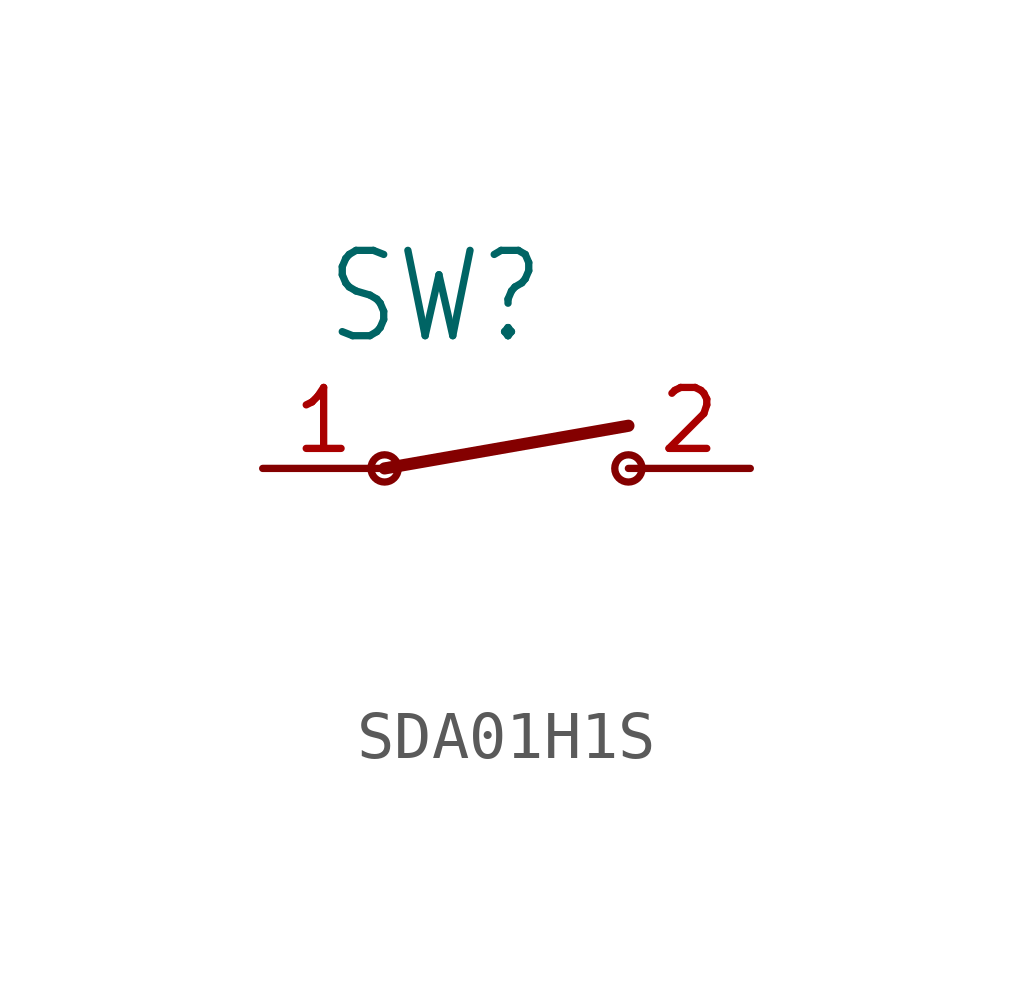
<source format=kicad_sym>
(kicad_symbol_lib
  (version 20231120)
  (generator "kicad_symbol_editor")
  (generator_version "8.0")
  (symbol "SDA01H1S"
    (property "Reference" "SW"
      (at -3.81 2.54 0)
      (effects (font (size 1.778 1.511)) (justify left bottom)))
    (property "Value" ""
      (at -3.81 -3.81 0)
      (effects (font (size 1.778 1.511)) (justify left bottom)))
    (property "ki_locked" ""
      (at 0 0 0)
      (effects (font (size 1.27 1.27))))
    (symbol "SDA01H1S_1_0"
      (circle (center -2.54 0) (radius 0.284) (stroke (width 0) (type solid)) (fill (type none)))
      (polyline (pts (xy -2.54 0) (xy 2.54 0.889)) (stroke (width 0.254) (type solid)) (fill (type none)))
      (circle (center 2.54 0) (radius 0.284) (stroke (width 0) (type solid)) (fill (type none)))
      (pin passive line (at -5.08 0 0) (length 2.54) (name "1" (effects (font (size 0 0)))) (number "1" (effects (font (size 1.27 1.27)))))
      (pin passive line (at 5.08 0 180) (length 2.54) (name "2" (effects (font (size 0 0)))) (number "2" (effects (font (size 1.27 1.27))))))))
</source>
